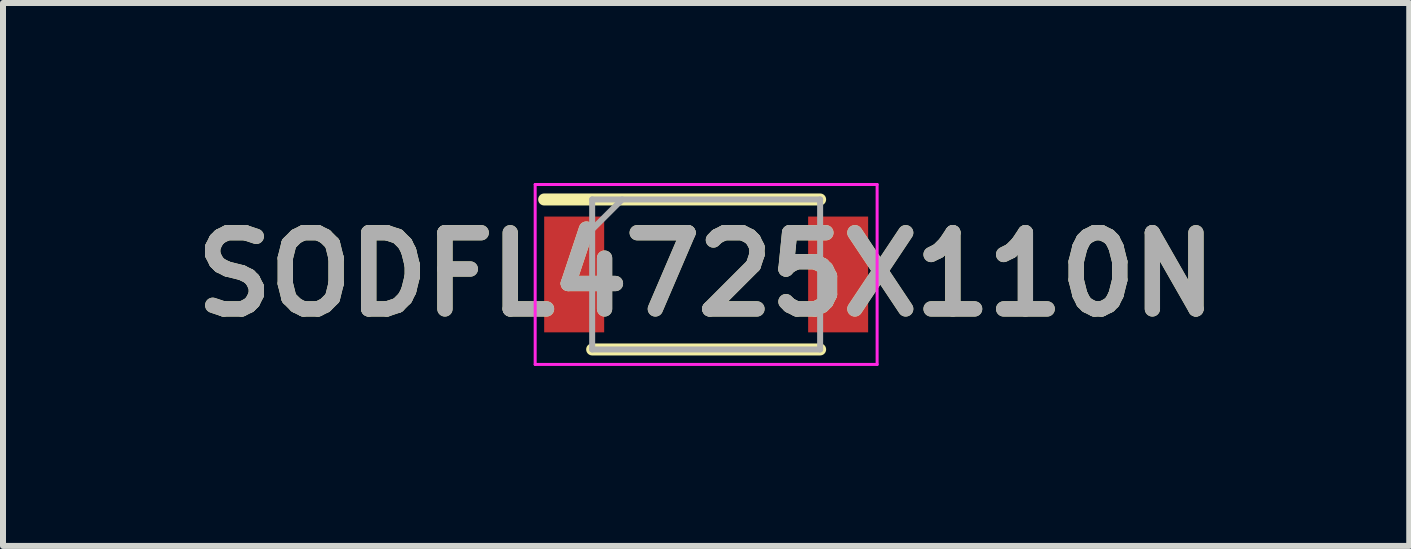
<source format=kicad_pcb>
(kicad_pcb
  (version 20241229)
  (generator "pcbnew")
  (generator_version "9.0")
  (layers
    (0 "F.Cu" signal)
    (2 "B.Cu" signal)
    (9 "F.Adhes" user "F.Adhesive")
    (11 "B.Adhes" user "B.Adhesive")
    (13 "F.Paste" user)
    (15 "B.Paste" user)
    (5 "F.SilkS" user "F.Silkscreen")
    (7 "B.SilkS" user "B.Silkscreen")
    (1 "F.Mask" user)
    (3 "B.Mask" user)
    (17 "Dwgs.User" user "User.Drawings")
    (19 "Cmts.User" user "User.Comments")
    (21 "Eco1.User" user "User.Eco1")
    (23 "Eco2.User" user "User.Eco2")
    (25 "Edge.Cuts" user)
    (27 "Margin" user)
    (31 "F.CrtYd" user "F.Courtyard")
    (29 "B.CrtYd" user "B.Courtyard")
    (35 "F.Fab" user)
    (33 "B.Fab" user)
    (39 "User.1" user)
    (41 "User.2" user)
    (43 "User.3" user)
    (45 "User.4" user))
  (footprint "SODFL4725X110N"
    (layer "F.Cu")
    (at 8.721 1.525)
    (property "Reference" "SODFL4725X110N" (at 0 0 0) (layer "F.SilkS") (effects (font (size 1.27 1.27) (thickness 0.254))))
    (attr smd)
    (fp_line (start -2.7 -1.25) (end 1.9 -1.25) (stroke (width 0.2) (type solid)) (layer "F.SilkS"))
    (fp_line (start -1.9 1.25) (end 1.9 1.25) (stroke (width 0.2) (type solid)) (layer "F.SilkS"))
    (fp_line (start -2.85 -1.5) (end 2.85 -1.5) (stroke (width 0.05) (type solid)) (layer "F.CrtYd"))
    (fp_line (start -2.85 1.5) (end -2.85 -1.5) (stroke (width 0.05) (type solid)) (layer "F.CrtYd"))
    (fp_line (start 2.85 -1.5) (end 2.85 1.5) (stroke (width 0.05) (type solid)) (layer "F.CrtYd"))
    (fp_line (start 2.85 1.5) (end -2.85 1.5) (stroke (width 0.05) (type solid)) (layer "F.CrtYd"))
    (fp_line (start -1.9 -1.25) (end 1.9 -1.25) (stroke (width 0.1) (type solid)) (layer "F.Fab"))
    (fp_line (start -1.9 -0.75) (end -1.4 -1.25) (stroke (width 0.1) (type solid)) (layer "F.Fab"))
    (fp_line (start -1.9 1.25) (end -1.9 -1.25) (stroke (width 0.1) (type solid)) (layer "F.Fab"))
    (fp_line (start 1.9 -1.25) (end 1.9 1.25) (stroke (width 0.1) (type solid)) (layer "F.Fab"))
    (fp_line (start 1.9 1.25) (end -1.9 1.25) (stroke (width 0.1) (type solid)) (layer "F.Fab"))
    (fp_text user "${REFERENCE}" (at 0 0 0) (layer "F.Fab") (effects (font (size 1.27 1.27) (thickness 0.254))))
    (pad "1" smd rect (at -2.2 0) (size 1 1.93) (layers "F.Cu" "F.Mask" "F.Paste"))
    (pad "2" smd rect (at 2.2 0) (size 1 1.93) (layers "F.Cu" "F.Mask" "F.Paste")))
  (gr_rect
    (start -3 -3)
    (end 20.441 6.05)
    (stroke (width 0.1) (type default))
    (fill no)
    (layer "Edge.Cuts")))
</source>
